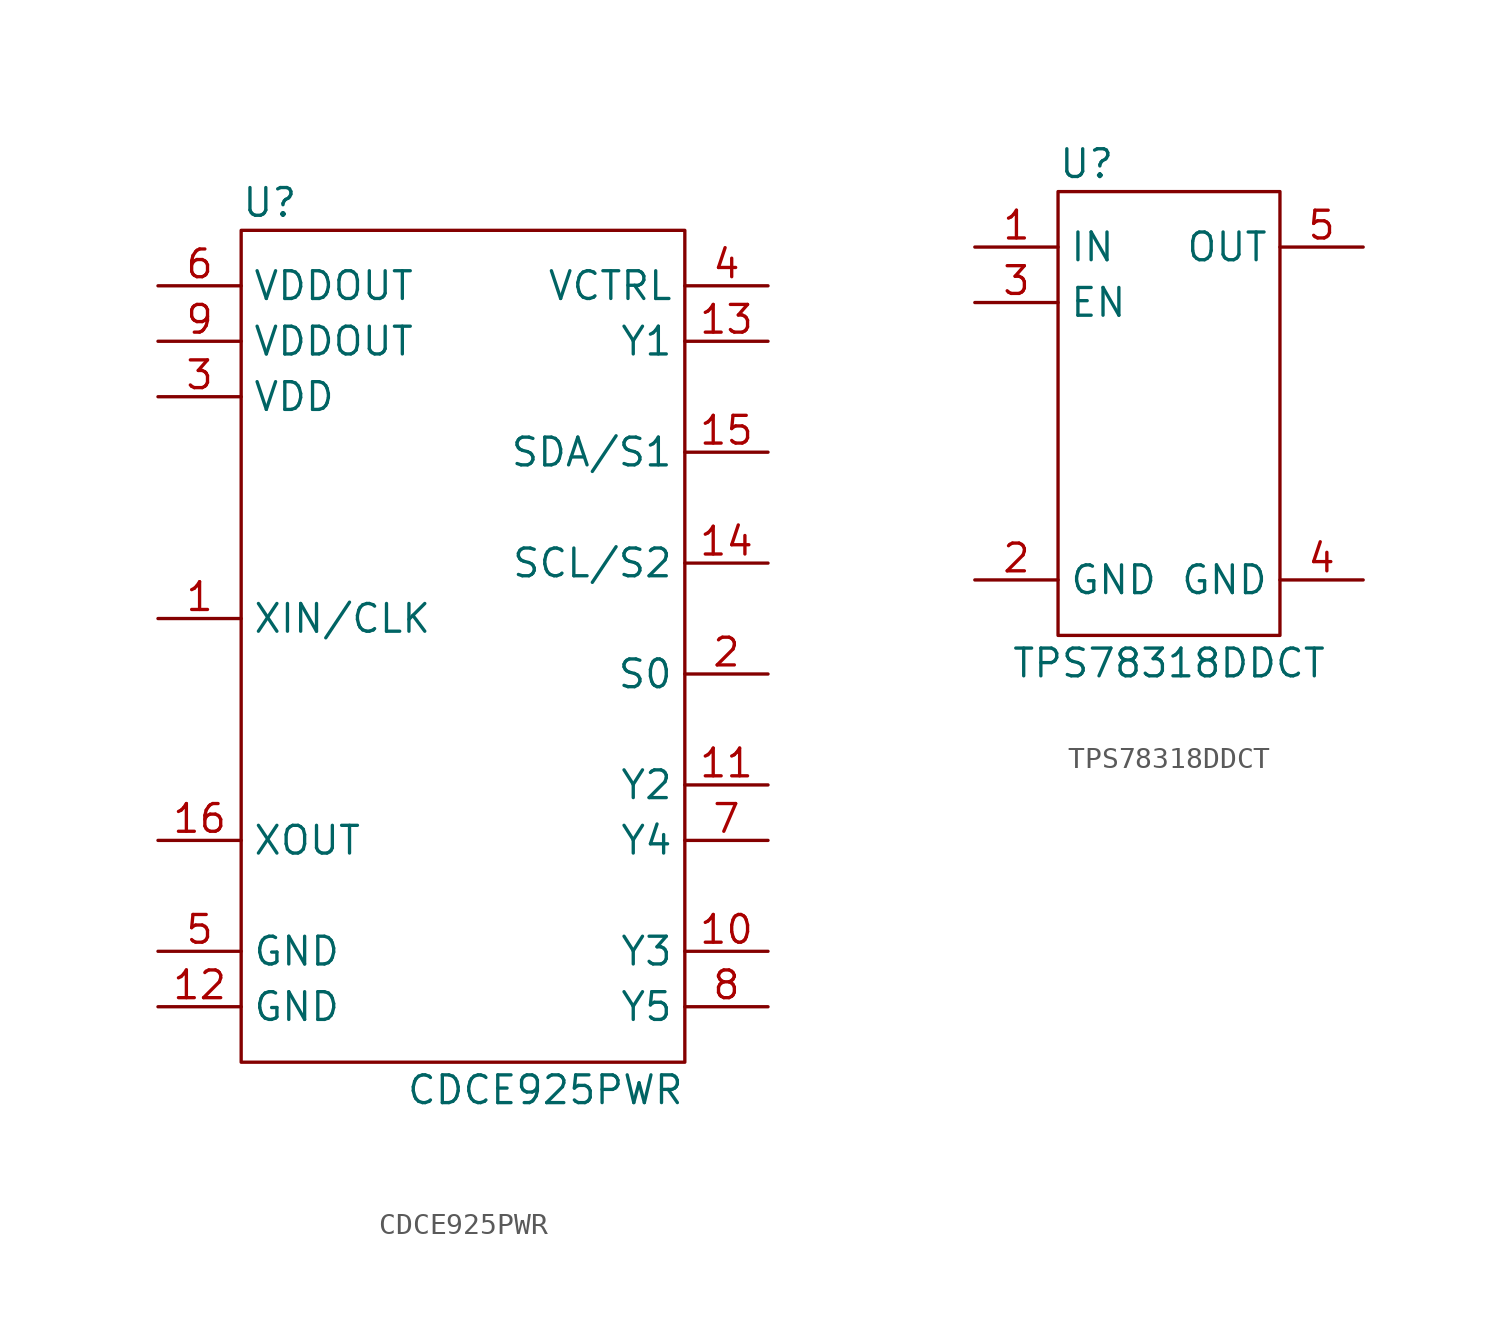
<source format=kicad_sym>
(kicad_symbol_lib
  (version 20231120)
  (generator "kicad_symbol_editor")
  (generator_version "8.0")
  (symbol "CDCE925PWR"
    (property "Reference" "U"
      (at -10.16 19.05 0)
      (effects (font (size 1.27 1.27)) (justify left)))
    (property "Value" "CDCE925PWR"
      (at 10.16 -21.59 0)
      (effects (font (size 1.27 1.27)) (justify right)))
    (symbol "CDCE925PWR_0_1"
      (rectangle (start -10.16 17.78) (end 10.16 -20.32) (stroke (width 0) (type default)) (fill (type none))))
    (symbol "CDCE925PWR_1_1"
      (pin input line (at -13.97 0 0) (length 3.81) (name "XIN/CLK" (effects (font (size 1.27 1.27)))) (number "1" (effects (font (size 1.27 1.27)))))
      (pin output line (at 13.97 -15.24 180) (length 3.81) (name "Y3" (effects (font (size 1.27 1.27)))) (number "10" (effects (font (size 1.27 1.27)))))
      (pin output line (at 13.97 -7.62 180) (length 3.81) (name "Y2" (effects (font (size 1.27 1.27)))) (number "11" (effects (font (size 1.27 1.27)))))
      (pin power_in line (at -13.97 -17.78 0) (length 3.81) (name "GND" (effects (font (size 1.27 1.27)))) (number "12" (effects (font (size 1.27 1.27)))))
      (pin output line (at 13.97 12.7 180) (length 3.81) (name "Y1" (effects (font (size 1.27 1.27)))) (number "13" (effects (font (size 1.27 1.27)))))
      (pin bidirectional line (at 13.97 2.54 180) (length 3.81) (name "SCL/S2" (effects (font (size 1.27 1.27)))) (number "14" (effects (font (size 1.27 1.27)))))
      (pin bidirectional line (at 13.97 7.62 180) (length 3.81) (name "SDA/S1" (effects (font (size 1.27 1.27)))) (number "15" (effects (font (size 1.27 1.27)))))
      (pin output line (at -13.97 -10.16 0) (length 3.81) (name "XOUT" (effects (font (size 1.27 1.27)))) (number "16" (effects (font (size 1.27 1.27)))))
      (pin input line (at 13.97 -2.54 180) (length 3.81) (name "S0" (effects (font (size 1.27 1.27)))) (number "2" (effects (font (size 1.27 1.27)))))
      (pin power_in line (at -13.97 10.16 0) (length 3.81) (name "VDD" (effects (font (size 1.27 1.27)))) (number "3" (effects (font (size 1.27 1.27)))))
      (pin input line (at 13.97 15.24 180) (length 3.81) (name "VCTRL" (effects (font (size 1.27 1.27)))) (number "4" (effects (font (size 1.27 1.27)))))
      (pin power_in line (at -13.97 -15.24 0) (length 3.81) (name "GND" (effects (font (size 1.27 1.27)))) (number "5" (effects (font (size 1.27 1.27)))))
      (pin power_in line (at -13.97 15.24 0) (length 3.81) (name "VDDOUT" (effects (font (size 1.27 1.27)))) (number "6" (effects (font (size 1.27 1.27)))))
      (pin output line (at 13.97 -10.16 180) (length 3.81) (name "Y4" (effects (font (size 1.27 1.27)))) (number "7" (effects (font (size 1.27 1.27)))))
      (pin output line (at 13.97 -17.78 180) (length 3.81) (name "Y5" (effects (font (size 1.27 1.27)))) (number "8" (effects (font (size 1.27 1.27)))))
      (pin power_in line (at -13.97 12.7 0) (length 3.81) (name "VDDOUT" (effects (font (size 1.27 1.27)))) (number "9" (effects (font (size 1.27 1.27)))))))
  (symbol "TPS78318DDCT"
    (property "Reference" "U"
      (at -5.08 11.43 0)
      (effects (font (size 1.27 1.27)) (justify left)))
    (property "Value" "TPS78318DDCT"
      (at 0 -11.43 0)
      (effects (font (size 1.27 1.27))))
    (symbol "TPS78318DDCT_0_1"
      (rectangle (start -5.08 10.16) (end 5.08 -10.16) (stroke (width 0) (type default)) (fill (type none))))
    (symbol "TPS78318DDCT_1_1"
      (pin power_in line (at -8.89 7.62 0) (length 3.81) (name "IN" (effects (font (size 1.27 1.27)))) (number "1" (effects (font (size 1.27 1.27)))))
      (pin power_in line (at -8.89 -7.62 0) (length 3.81) (name "GND" (effects (font (size 1.27 1.27)))) (number "2" (effects (font (size 1.27 1.27)))))
      (pin input line (at -8.89 5.08 0) (length 3.81) (name "EN" (effects (font (size 1.27 1.27)))) (number "3" (effects (font (size 1.27 1.27)))))
      (pin power_in line (at 8.89 -7.62 180) (length 3.81) (name "GND" (effects (font (size 1.27 1.27)))) (number "4" (effects (font (size 1.27 1.27)))))
      (pin power_out line (at 8.89 7.62 180) (length 3.81) (name "OUT" (effects (font (size 1.27 1.27)))) (number "5" (effects (font (size 1.27 1.27))))))))
</source>
